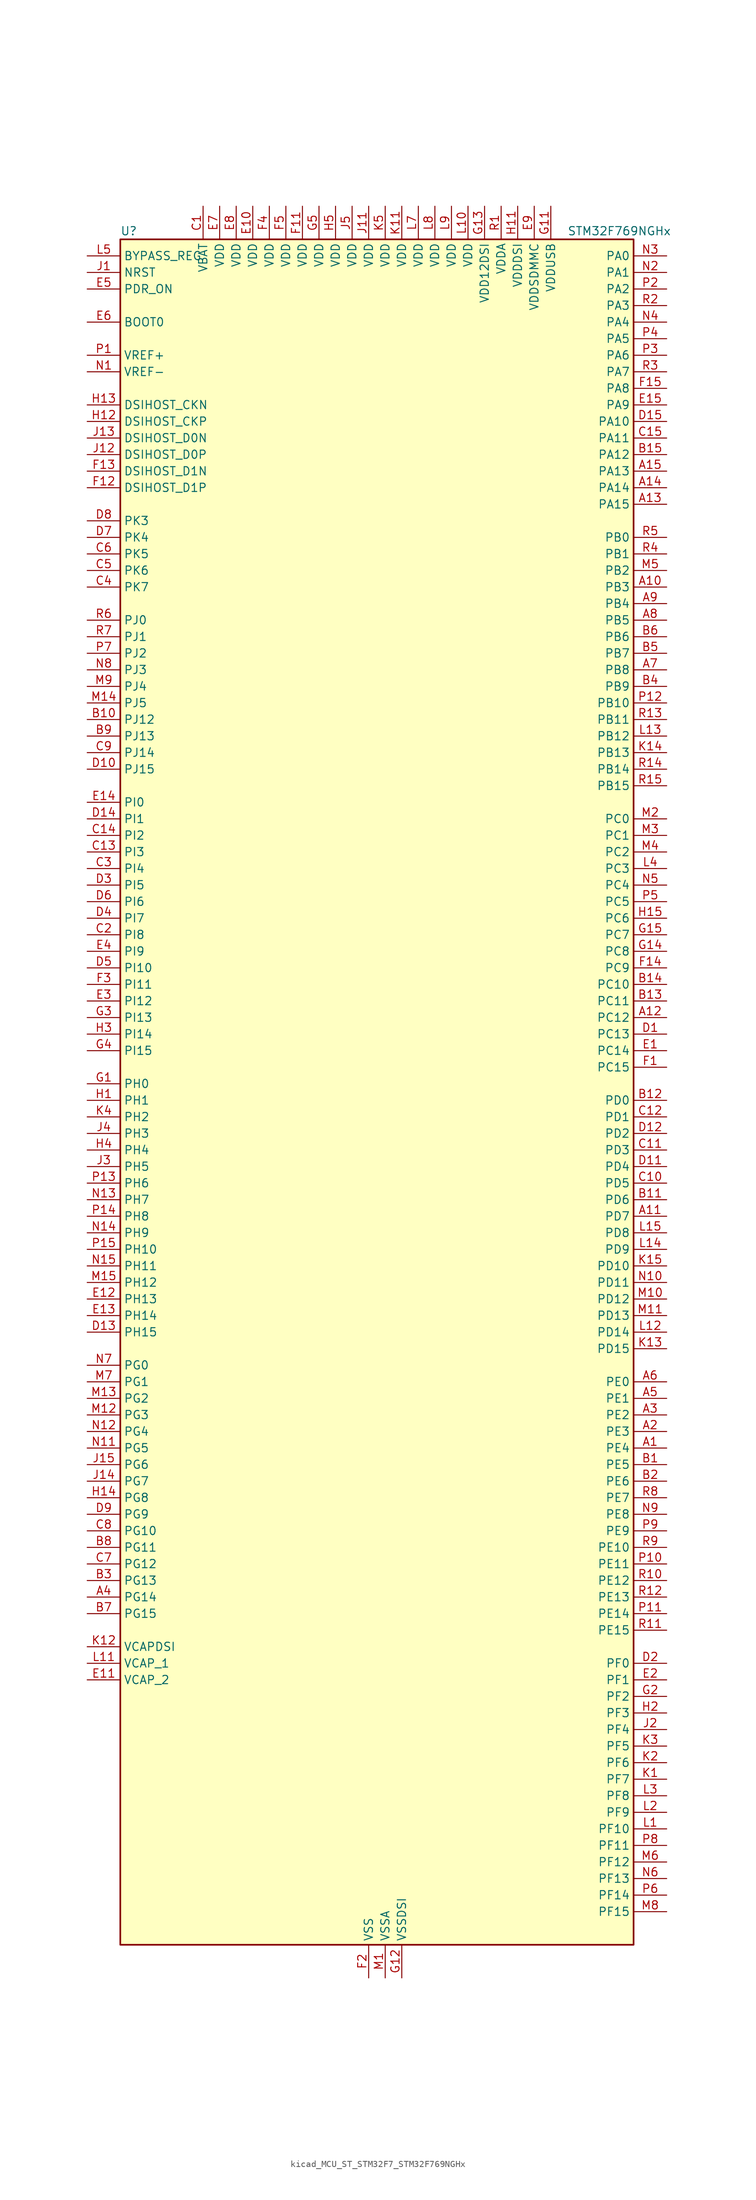
<source format=kicad_sym>
(kicad_symbol_lib
  (version 20220914)
  (generator kicad_symbol_editor)
  (symbol "kicad_MCU_ST_STM32F7_STM32F769NGHx"
    (property "Reference" "U"
      (at -38.1 133.35 0)
      (effects (font (size 1.27 1.27)) (justify left)))
    (property "Value" "STM32F769NGHx"
      (at 30.48 133.35 0)
      (effects (font (size 1.27 1.27)) (justify left)))
    (property "ki_locked" ""
      (at 0 0 0)
      (effects (font (size 1.27 1.27))))
    (symbol "kicad_MCU_ST_STM32F7_STM32F769NGHx_0_1"
      (rectangle (start -38.1 -129.54) (end 40.64 132.08) (stroke (width 0.254) (type default)) (fill (type background))))
    (symbol "kicad_MCU_ST_STM32F7_STM32F769NGHx_1_1"
      (pin bidirectional line (at 45.72 -53.34 180) (length 5.08) (name "PE4" (effects (font (size 1.27 1.27)))) (number "A1" (effects (font (size 1.27 1.27)))) (alternate "DCMI_D4" bidirectional line) (alternate "DFSDM1_DATIN3" bidirectional line) (alternate "FMC_A20" bidirectional line) (alternate "LTDC_B0" bidirectional line) (alternate "SAI1_FS_A" bidirectional line) (alternate "SPI4_NSS" bidirectional line) (alternate "SYS_TRACED1" bidirectional line))
      (pin bidirectional line (at 45.72 78.74 180) (length 5.08) (name "PB3" (effects (font (size 1.27 1.27)))) (number "A10" (effects (font (size 1.27 1.27)))) (alternate "CAN3_RX" bidirectional line) (alternate "I2S1_CK" bidirectional line) (alternate "I2S3_CK" bidirectional line) (alternate "SDMMC2_D2" bidirectional line) (alternate "SPI1_SCK" bidirectional line) (alternate "SPI3_SCK" bidirectional line) (alternate "SPI6_SCK" bidirectional line) (alternate "SYS_JTDO-SWO" bidirectional line) (alternate "TIM2_CH2" bidirectional line) (alternate "UART7_RX" bidirectional line))
      (pin bidirectional line (at 45.72 -17.78 180) (length 5.08) (name "PD7" (effects (font (size 1.27 1.27)))) (number "A11" (effects (font (size 1.27 1.27)))) (alternate "DFSDM1_CKIN1" bidirectional line) (alternate "DFSDM1_DATIN4" bidirectional line) (alternate "FMC_NE1" bidirectional line) (alternate "I2S1_SD" bidirectional line) (alternate "SDMMC2_CMD" bidirectional line) (alternate "SPDIFRX_IN0" bidirectional line) (alternate "SPI1_MOSI" bidirectional line) (alternate "USART2_CK" bidirectional line))
      (pin bidirectional line (at 45.72 12.7 180) (length 5.08) (name "PC12" (effects (font (size 1.27 1.27)))) (number "A12" (effects (font (size 1.27 1.27)))) (alternate "DCMI_D9" bidirectional line) (alternate "I2S3_SD" bidirectional line) (alternate "SDMMC1_CK" bidirectional line) (alternate "SPI3_MOSI" bidirectional line) (alternate "SYS_TRACED3" bidirectional line) (alternate "UART5_TX" bidirectional line) (alternate "USART3_CK" bidirectional line))
      (pin bidirectional line (at 45.72 91.44 180) (length 5.08) (name "PA15" (effects (font (size 1.27 1.27)))) (number "A13" (effects (font (size 1.27 1.27)))) (alternate "CAN3_TX" bidirectional line) (alternate "CEC" bidirectional line) (alternate "I2S1_WS" bidirectional line) (alternate "I2S3_WS" bidirectional line) (alternate "SPI1_NSS" bidirectional line) (alternate "SPI3_NSS" bidirectional line) (alternate "SPI6_NSS" bidirectional line) (alternate "SYS_JTDI" bidirectional line) (alternate "TIM2_CH1" bidirectional line) (alternate "TIM2_ETR" bidirectional line) (alternate "UART4_DE" bidirectional line) (alternate "UART4_RTS" bidirectional line) (alternate "UART7_TX" bidirectional line))
      (pin bidirectional line (at 45.72 93.98 180) (length 5.08) (name "PA14" (effects (font (size 1.27 1.27)))) (number "A14" (effects (font (size 1.27 1.27)))) (alternate "SYS_JTCK-SWCLK" bidirectional line))
      (pin bidirectional line (at 45.72 96.52 180) (length 5.08) (name "PA13" (effects (font (size 1.27 1.27)))) (number "A15" (effects (font (size 1.27 1.27)))) (alternate "SYS_JTMS-SWDIO" bidirectional line))
      (pin bidirectional line (at 45.72 -50.8 180) (length 5.08) (name "PE3" (effects (font (size 1.27 1.27)))) (number "A2" (effects (font (size 1.27 1.27)))) (alternate "FMC_A19" bidirectional line) (alternate "SAI1_SD_B" bidirectional line) (alternate "SYS_TRACED0" bidirectional line))
      (pin bidirectional line (at 45.72 -48.26 180) (length 5.08) (name "PE2" (effects (font (size 1.27 1.27)))) (number "A3" (effects (font (size 1.27 1.27)))) (alternate "ETH_TXD3" bidirectional line) (alternate "FMC_A23" bidirectional line) (alternate "QUADSPI_BK1_IO2" bidirectional line) (alternate "SAI1_MCLK_A" bidirectional line) (alternate "SPI4_SCK" bidirectional line) (alternate "SYS_TRACECLK" bidirectional line))
      (pin bidirectional line (at -43.18 -76.2 0) (length 5.08) (name "PG14" (effects (font (size 1.27 1.27)))) (number "A4" (effects (font (size 1.27 1.27)))) (alternate "ETH_TXD1" bidirectional line) (alternate "FMC_A25" bidirectional line) (alternate "LPTIM1_ETR" bidirectional line) (alternate "LTDC_B0" bidirectional line) (alternate "QUADSPI_BK2_IO3" bidirectional line) (alternate "SPI6_MOSI" bidirectional line) (alternate "SYS_TRACED1" bidirectional line) (alternate "USART6_TX" bidirectional line))
      (pin bidirectional line (at 45.72 -45.72 180) (length 5.08) (name "PE1" (effects (font (size 1.27 1.27)))) (number "A5" (effects (font (size 1.27 1.27)))) (alternate "DCMI_D3" bidirectional line) (alternate "FMC_NBL1" bidirectional line) (alternate "LPTIM1_IN2" bidirectional line) (alternate "UART8_TX" bidirectional line))
      (pin bidirectional line (at 45.72 -43.18 180) (length 5.08) (name "PE0" (effects (font (size 1.27 1.27)))) (number "A6" (effects (font (size 1.27 1.27)))) (alternate "DCMI_D2" bidirectional line) (alternate "FMC_NBL0" bidirectional line) (alternate "LPTIM1_ETR" bidirectional line) (alternate "SAI2_MCLK_A" bidirectional line) (alternate "TIM4_ETR" bidirectional line) (alternate "UART8_RX" bidirectional line))
      (pin bidirectional line (at 45.72 66.04 180) (length 5.08) (name "PB8" (effects (font (size 1.27 1.27)))) (number "A7" (effects (font (size 1.27 1.27)))) (alternate "CAN1_RX" bidirectional line) (alternate "DCMI_D6" bidirectional line) (alternate "DFSDM1_CKIN7" bidirectional line) (alternate "ETH_TXD3" bidirectional line) (alternate "I2C1_SCL" bidirectional line) (alternate "I2C4_SCL" bidirectional line) (alternate "LTDC_B6" bidirectional line) (alternate "SDMMC1_D4" bidirectional line) (alternate "SDMMC2_D4" bidirectional line) (alternate "TIM10_CH1" bidirectional line) (alternate "TIM4_CH3" bidirectional line) (alternate "UART5_RX" bidirectional line))
      (pin bidirectional line (at 45.72 73.66 180) (length 5.08) (name "PB5" (effects (font (size 1.27 1.27)))) (number "A8" (effects (font (size 1.27 1.27)))) (alternate "CAN2_RX" bidirectional line) (alternate "DCMI_D10" bidirectional line) (alternate "ETH_PPS_OUT" bidirectional line) (alternate "FMC_SDCKE1" bidirectional line) (alternate "I2C1_SMBA" bidirectional line) (alternate "I2S1_SD" bidirectional line) (alternate "I2S3_SD" bidirectional line) (alternate "LTDC_G7" bidirectional line) (alternate "SPI1_MOSI" bidirectional line) (alternate "SPI3_MOSI" bidirectional line) (alternate "SPI6_MOSI" bidirectional line) (alternate "TIM3_CH2" bidirectional line) (alternate "UART5_RX" bidirectional line) (alternate "USB_OTG_HS_ULPI_D7" bidirectional line))
      (pin bidirectional line (at 45.72 76.2 180) (length 5.08) (name "PB4" (effects (font (size 1.27 1.27)))) (number "A9" (effects (font (size 1.27 1.27)))) (alternate "CAN3_TX" bidirectional line) (alternate "I2S2_WS" bidirectional line) (alternate "SDMMC2_D3" bidirectional line) (alternate "SPI1_MISO" bidirectional line) (alternate "SPI2_NSS" bidirectional line) (alternate "SPI3_MISO" bidirectional line) (alternate "SPI6_MISO" bidirectional line) (alternate "SYS_JTRST" bidirectional line) (alternate "TIM3_CH1" bidirectional line) (alternate "UART7_TX" bidirectional line))
      (pin bidirectional line (at 45.72 -55.88 180) (length 5.08) (name "PE5" (effects (font (size 1.27 1.27)))) (number "B1" (effects (font (size 1.27 1.27)))) (alternate "DCMI_D6" bidirectional line) (alternate "DFSDM1_CKIN3" bidirectional line) (alternate "FMC_A21" bidirectional line) (alternate "LTDC_G0" bidirectional line) (alternate "SAI1_SCK_A" bidirectional line) (alternate "SPI4_MISO" bidirectional line) (alternate "SYS_TRACED2" bidirectional line) (alternate "TIM9_CH1" bidirectional line))
      (pin bidirectional line (at -43.18 58.42 0) (length 5.08) (name "PJ12" (effects (font (size 1.27 1.27)))) (number "B10" (effects (font (size 1.27 1.27)))) (alternate "LTDC_B0" bidirectional line) (alternate "LTDC_G3" bidirectional line))
      (pin bidirectional line (at 45.72 -15.24 180) (length 5.08) (name "PD6" (effects (font (size 1.27 1.27)))) (number "B11" (effects (font (size 1.27 1.27)))) (alternate "DCMI_D10" bidirectional line) (alternate "DFSDM1_CKIN4" bidirectional line) (alternate "DFSDM1_DATIN1" bidirectional line) (alternate "FMC_NWAIT" bidirectional line) (alternate "I2S3_SD" bidirectional line) (alternate "LTDC_B2" bidirectional line) (alternate "SAI1_SD_A" bidirectional line) (alternate "SDMMC2_CK" bidirectional line) (alternate "SPI3_MOSI" bidirectional line) (alternate "USART2_RX" bidirectional line))
      (pin bidirectional line (at 45.72 0 180) (length 5.08) (name "PD0" (effects (font (size 1.27 1.27)))) (number "B12" (effects (font (size 1.27 1.27)))) (alternate "CAN1_RX" bidirectional line) (alternate "DFSDM1_CKIN6" bidirectional line) (alternate "DFSDM1_DATIN7" bidirectional line) (alternate "FMC_D2" bidirectional line) (alternate "FMC_DA2" bidirectional line) (alternate "UART4_RX" bidirectional line))
      (pin bidirectional line (at 45.72 15.24 180) (length 5.08) (name "PC11" (effects (font (size 1.27 1.27)))) (number "B13" (effects (font (size 1.27 1.27)))) (alternate "ADC1_EXTI11" bidirectional line) (alternate "ADC2_EXTI11" bidirectional line) (alternate "ADC3_EXTI11" bidirectional line) (alternate "DCMI_D4" bidirectional line) (alternate "DFSDM1_DATIN5" bidirectional line) (alternate "QUADSPI_BK2_NCS" bidirectional line) (alternate "SDMMC1_D3" bidirectional line) (alternate "SPI3_MISO" bidirectional line) (alternate "UART4_RX" bidirectional line) (alternate "USART3_RX" bidirectional line))
      (pin bidirectional line (at 45.72 17.78 180) (length 5.08) (name "PC10" (effects (font (size 1.27 1.27)))) (number "B14" (effects (font (size 1.27 1.27)))) (alternate "DCMI_D8" bidirectional line) (alternate "DFSDM1_CKIN5" bidirectional line) (alternate "I2S3_CK" bidirectional line) (alternate "LTDC_R2" bidirectional line) (alternate "QUADSPI_BK1_IO1" bidirectional line) (alternate "SDMMC1_D2" bidirectional line) (alternate "SPI3_SCK" bidirectional line) (alternate "UART4_TX" bidirectional line) (alternate "USART3_TX" bidirectional line))
      (pin bidirectional line (at 45.72 99.06 180) (length 5.08) (name "PA12" (effects (font (size 1.27 1.27)))) (number "B15" (effects (font (size 1.27 1.27)))) (alternate "CAN1_TX" bidirectional line) (alternate "I2S2_CK" bidirectional line) (alternate "LTDC_R5" bidirectional line) (alternate "SAI2_FS_B" bidirectional line) (alternate "SPI2_SCK" bidirectional line) (alternate "TIM1_ETR" bidirectional line) (alternate "UART4_TX" bidirectional line) (alternate "USART1_DE" bidirectional line) (alternate "USART1_RTS" bidirectional line) (alternate "USB_OTG_FS_DP" bidirectional line))
      (pin bidirectional line (at 45.72 -58.42 180) (length 5.08) (name "PE6" (effects (font (size 1.27 1.27)))) (number "B2" (effects (font (size 1.27 1.27)))) (alternate "DCMI_D7" bidirectional line) (alternate "FMC_A22" bidirectional line) (alternate "LTDC_G1" bidirectional line) (alternate "SAI1_SD_A" bidirectional line) (alternate "SAI2_MCLK_B" bidirectional line) (alternate "SPI4_MOSI" bidirectional line) (alternate "SYS_TRACED3" bidirectional line) (alternate "TIM1_BKIN2" bidirectional line) (alternate "TIM9_CH2" bidirectional line))
      (pin bidirectional line (at -43.18 -73.66 0) (length 5.08) (name "PG13" (effects (font (size 1.27 1.27)))) (number "B3" (effects (font (size 1.27 1.27)))) (alternate "ETH_TXD0" bidirectional line) (alternate "FMC_A24" bidirectional line) (alternate "LPTIM1_OUT" bidirectional line) (alternate "LTDC_R0" bidirectional line) (alternate "SPI6_SCK" bidirectional line) (alternate "SYS_TRACED0" bidirectional line) (alternate "USART6_CTS" bidirectional line))
      (pin bidirectional line (at 45.72 63.5 180) (length 5.08) (name "PB9" (effects (font (size 1.27 1.27)))) (number "B4" (effects (font (size 1.27 1.27)))) (alternate "CAN1_TX" bidirectional line) (alternate "DAC_EXTI9" bidirectional line) (alternate "DCMI_D7" bidirectional line) (alternate "DFSDM1_DATIN7" bidirectional line) (alternate "I2C1_SDA" bidirectional line) (alternate "I2C4_SDA" bidirectional line) (alternate "I2C4_SMBA" bidirectional line) (alternate "I2S2_WS" bidirectional line) (alternate "LTDC_B7" bidirectional line) (alternate "SDMMC1_D5" bidirectional line) (alternate "SDMMC2_D5" bidirectional line) (alternate "SPI2_NSS" bidirectional line) (alternate "TIM11_CH1" bidirectional line) (alternate "TIM4_CH4" bidirectional line) (alternate "UART5_TX" bidirectional line))
      (pin bidirectional line (at 45.72 68.58 180) (length 5.08) (name "PB7" (effects (font (size 1.27 1.27)))) (number "B5" (effects (font (size 1.27 1.27)))) (alternate "DCMI_VSYNC" bidirectional line) (alternate "DFSDM1_CKIN5" bidirectional line) (alternate "FMC_NL" bidirectional line) (alternate "I2C1_SDA" bidirectional line) (alternate "I2C4_SDA" bidirectional line) (alternate "TIM4_CH2" bidirectional line) (alternate "USART1_RX" bidirectional line))
      (pin bidirectional line (at 45.72 71.12 180) (length 5.08) (name "PB6" (effects (font (size 1.27 1.27)))) (number "B6" (effects (font (size 1.27 1.27)))) (alternate "CAN2_TX" bidirectional line) (alternate "CEC" bidirectional line) (alternate "DCMI_D5" bidirectional line) (alternate "DFSDM1_DATIN5" bidirectional line) (alternate "FMC_SDNE1" bidirectional line) (alternate "I2C1_SCL" bidirectional line) (alternate "I2C4_SCL" bidirectional line) (alternate "QUADSPI_BK1_NCS" bidirectional line) (alternate "TIM4_CH1" bidirectional line) (alternate "UART5_TX" bidirectional line) (alternate "USART1_TX" bidirectional line))
      (pin bidirectional line (at -43.18 -78.74 0) (length 5.08) (name "PG15" (effects (font (size 1.27 1.27)))) (number "B7" (effects (font (size 1.27 1.27)))) (alternate "DCMI_D13" bidirectional line) (alternate "FMC_SDNCAS" bidirectional line) (alternate "USART6_CTS" bidirectional line))
      (pin bidirectional line (at -43.18 -68.58 0) (length 5.08) (name "PG11" (effects (font (size 1.27 1.27)))) (number "B8" (effects (font (size 1.27 1.27)))) (alternate "ADC1_EXTI11" bidirectional line) (alternate "ADC2_EXTI11" bidirectional line) (alternate "ADC3_EXTI11" bidirectional line) (alternate "DCMI_D3" bidirectional line) (alternate "ETH_TX_EN" bidirectional line) (alternate "I2S1_CK" bidirectional line) (alternate "LTDC_B3" bidirectional line) (alternate "SDMMC2_D2" bidirectional line) (alternate "SPDIFRX_IN0" bidirectional line) (alternate "SPI1_SCK" bidirectional line))
      (pin bidirectional line (at -43.18 55.88 0) (length 5.08) (name "PJ13" (effects (font (size 1.27 1.27)))) (number "B9" (effects (font (size 1.27 1.27)))) (alternate "LTDC_B1" bidirectional line) (alternate "LTDC_G4" bidirectional line))
      (pin power_in line (at -25.4 137.16 270) (length 5.08) (name "VBAT" (effects (font (size 1.27 1.27)))) (number "C1" (effects (font (size 1.27 1.27)))))
      (pin bidirectional line (at 45.72 -12.7 180) (length 5.08) (name "PD5" (effects (font (size 1.27 1.27)))) (number "C10" (effects (font (size 1.27 1.27)))) (alternate "FMC_NWE" bidirectional line) (alternate "USART2_TX" bidirectional line))
      (pin bidirectional line (at 45.72 -7.62 180) (length 5.08) (name "PD3" (effects (font (size 1.27 1.27)))) (number "C11" (effects (font (size 1.27 1.27)))) (alternate "DCMI_D5" bidirectional line) (alternate "DFSDM1_CKOUT" bidirectional line) (alternate "DFSDM1_DATIN0" bidirectional line) (alternate "FMC_CLK" bidirectional line) (alternate "I2S2_CK" bidirectional line) (alternate "LTDC_G7" bidirectional line) (alternate "SPI2_SCK" bidirectional line) (alternate "USART2_CTS" bidirectional line))
      (pin bidirectional line (at 45.72 -2.54 180) (length 5.08) (name "PD1" (effects (font (size 1.27 1.27)))) (number "C12" (effects (font (size 1.27 1.27)))) (alternate "CAN1_TX" bidirectional line) (alternate "DFSDM1_CKIN7" bidirectional line) (alternate "DFSDM1_DATIN6" bidirectional line) (alternate "FMC_D3" bidirectional line) (alternate "FMC_DA3" bidirectional line) (alternate "UART4_TX" bidirectional line))
      (pin bidirectional line (at -43.18 38.1 0) (length 5.08) (name "PI3" (effects (font (size 1.27 1.27)))) (number "C13" (effects (font (size 1.27 1.27)))) (alternate "DCMI_D10" bidirectional line) (alternate "FMC_D27" bidirectional line) (alternate "I2S2_SD" bidirectional line) (alternate "SPI2_MOSI" bidirectional line) (alternate "TIM8_ETR" bidirectional line))
      (pin bidirectional line (at -43.18 40.64 0) (length 5.08) (name "PI2" (effects (font (size 1.27 1.27)))) (number "C14" (effects (font (size 1.27 1.27)))) (alternate "DCMI_D9" bidirectional line) (alternate "FMC_D26" bidirectional line) (alternate "LTDC_G7" bidirectional line) (alternate "SPI2_MISO" bidirectional line) (alternate "TIM8_CH4" bidirectional line))
      (pin bidirectional line (at 45.72 101.6 180) (length 5.08) (name "PA11" (effects (font (size 1.27 1.27)))) (number "C15" (effects (font (size 1.27 1.27)))) (alternate "ADC1_EXTI11" bidirectional line) (alternate "ADC2_EXTI11" bidirectional line) (alternate "ADC3_EXTI11" bidirectional line) (alternate "CAN1_RX" bidirectional line) (alternate "I2S2_WS" bidirectional line) (alternate "LTDC_R4" bidirectional line) (alternate "SPI2_NSS" bidirectional line) (alternate "TIM1_CH4" bidirectional line) (alternate "UART4_RX" bidirectional line) (alternate "USART1_CTS" bidirectional line) (alternate "USB_OTG_FS_DM" bidirectional line))
      (pin bidirectional line (at -43.18 25.4 0) (length 5.08) (name "PI8" (effects (font (size 1.27 1.27)))) (number "C2" (effects (font (size 1.27 1.27)))) (alternate "RTC_TAMP2" bidirectional line) (alternate "RTC_TS" bidirectional line) (alternate "SYS_WKUP5" bidirectional line))
      (pin bidirectional line (at -43.18 35.56 0) (length 5.08) (name "PI4" (effects (font (size 1.27 1.27)))) (number "C3" (effects (font (size 1.27 1.27)))) (alternate "DCMI_D5" bidirectional line) (alternate "FMC_NBL2" bidirectional line) (alternate "LTDC_B4" bidirectional line) (alternate "SAI2_MCLK_A" bidirectional line) (alternate "TIM8_BKIN" bidirectional line))
      (pin bidirectional line (at -43.18 78.74 0) (length 5.08) (name "PK7" (effects (font (size 1.27 1.27)))) (number "C4" (effects (font (size 1.27 1.27)))) (alternate "LTDC_DE" bidirectional line))
      (pin bidirectional line (at -43.18 81.28 0) (length 5.08) (name "PK6" (effects (font (size 1.27 1.27)))) (number "C5" (effects (font (size 1.27 1.27)))) (alternate "LTDC_B7" bidirectional line))
      (pin bidirectional line (at -43.18 83.82 0) (length 5.08) (name "PK5" (effects (font (size 1.27 1.27)))) (number "C6" (effects (font (size 1.27 1.27)))) (alternate "LTDC_B6" bidirectional line))
      (pin bidirectional line (at -43.18 -71.12 0) (length 5.08) (name "PG12" (effects (font (size 1.27 1.27)))) (number "C7" (effects (font (size 1.27 1.27)))) (alternate "FMC_NE4" bidirectional line) (alternate "LPTIM1_IN1" bidirectional line) (alternate "LTDC_B1" bidirectional line) (alternate "LTDC_B4" bidirectional line) (alternate "SDMMC2_D3" bidirectional line) (alternate "SPDIFRX_IN1" bidirectional line) (alternate "SPI6_MISO" bidirectional line) (alternate "USART6_DE" bidirectional line) (alternate "USART6_RTS" bidirectional line))
      (pin bidirectional line (at -43.18 -66.04 0) (length 5.08) (name "PG10" (effects (font (size 1.27 1.27)))) (number "C8" (effects (font (size 1.27 1.27)))) (alternate "DCMI_D2" bidirectional line) (alternate "FMC_NE3" bidirectional line) (alternate "I2S1_WS" bidirectional line) (alternate "LTDC_B2" bidirectional line) (alternate "LTDC_G3" bidirectional line) (alternate "SAI2_SD_B" bidirectional line) (alternate "SDMMC2_D1" bidirectional line) (alternate "SPI1_NSS" bidirectional line))
      (pin bidirectional line (at -43.18 53.34 0) (length 5.08) (name "PJ14" (effects (font (size 1.27 1.27)))) (number "C9" (effects (font (size 1.27 1.27)))) (alternate "LTDC_B2" bidirectional line))
      (pin bidirectional line (at 45.72 10.16 180) (length 5.08) (name "PC13" (effects (font (size 1.27 1.27)))) (number "D1" (effects (font (size 1.27 1.27)))) (alternate "RTC_OUT" bidirectional line) (alternate "RTC_TAMP1" bidirectional line) (alternate "RTC_TS" bidirectional line) (alternate "SYS_WKUP4" bidirectional line))
      (pin bidirectional line (at -43.18 50.8 0) (length 5.08) (name "PJ15" (effects (font (size 1.27 1.27)))) (number "D10" (effects (font (size 1.27 1.27)))) (alternate "LTDC_B3" bidirectional line))
      (pin bidirectional line (at 45.72 -10.16 180) (length 5.08) (name "PD4" (effects (font (size 1.27 1.27)))) (number "D11" (effects (font (size 1.27 1.27)))) (alternate "DFSDM1_CKIN0" bidirectional line) (alternate "FMC_NOE" bidirectional line) (alternate "USART2_DE" bidirectional line) (alternate "USART2_RTS" bidirectional line))
      (pin bidirectional line (at 45.72 -5.08 180) (length 5.08) (name "PD2" (effects (font (size 1.27 1.27)))) (number "D12" (effects (font (size 1.27 1.27)))) (alternate "DCMI_D11" bidirectional line) (alternate "SDMMC1_CMD" bidirectional line) (alternate "SYS_TRACED2" bidirectional line) (alternate "TIM3_ETR" bidirectional line) (alternate "UART5_RX" bidirectional line))
      (pin bidirectional line (at -43.18 -35.56 0) (length 5.08) (name "PH15" (effects (font (size 1.27 1.27)))) (number "D13" (effects (font (size 1.27 1.27)))) (alternate "DCMI_D11" bidirectional line) (alternate "FMC_D23" bidirectional line) (alternate "LTDC_G4" bidirectional line) (alternate "TIM8_CH3N" bidirectional line))
      (pin bidirectional line (at -43.18 43.18 0) (length 5.08) (name "PI1" (effects (font (size 1.27 1.27)))) (number "D14" (effects (font (size 1.27 1.27)))) (alternate "DCMI_D8" bidirectional line) (alternate "FMC_D25" bidirectional line) (alternate "I2S2_CK" bidirectional line) (alternate "LTDC_G6" bidirectional line) (alternate "SPI2_SCK" bidirectional line) (alternate "TIM8_BKIN2" bidirectional line))
      (pin bidirectional line (at 45.72 104.14 180) (length 5.08) (name "PA10" (effects (font (size 1.27 1.27)))) (number "D15" (effects (font (size 1.27 1.27)))) (alternate "DCMI_D1" bidirectional line) (alternate "LTDC_B1" bidirectional line) (alternate "LTDC_B4" bidirectional line) (alternate "MDIOS_MDIO" bidirectional line) (alternate "TIM1_CH3" bidirectional line) (alternate "USART1_RX" bidirectional line) (alternate "USB_OTG_FS_ID" bidirectional line))
      (pin bidirectional line (at 45.72 -86.36 180) (length 5.08) (name "PF0" (effects (font (size 1.27 1.27)))) (number "D2" (effects (font (size 1.27 1.27)))) (alternate "FMC_A0" bidirectional line) (alternate "I2C2_SDA" bidirectional line))
      (pin bidirectional line (at -43.18 33.02 0) (length 5.08) (name "PI5" (effects (font (size 1.27 1.27)))) (number "D3" (effects (font (size 1.27 1.27)))) (alternate "DCMI_VSYNC" bidirectional line) (alternate "FMC_NBL3" bidirectional line) (alternate "LTDC_B5" bidirectional line) (alternate "SAI2_SCK_A" bidirectional line) (alternate "TIM8_CH1" bidirectional line))
      (pin bidirectional line (at -43.18 27.94 0) (length 5.08) (name "PI7" (effects (font (size 1.27 1.27)))) (number "D4" (effects (font (size 1.27 1.27)))) (alternate "DCMI_D7" bidirectional line) (alternate "FMC_D29" bidirectional line) (alternate "LTDC_B7" bidirectional line) (alternate "SAI2_FS_A" bidirectional line) (alternate "TIM8_CH3" bidirectional line))
      (pin bidirectional line (at -43.18 20.32 0) (length 5.08) (name "PI10" (effects (font (size 1.27 1.27)))) (number "D5" (effects (font (size 1.27 1.27)))) (alternate "ETH_RX_ER" bidirectional line) (alternate "FMC_D31" bidirectional line) (alternate "LTDC_HSYNC" bidirectional line))
      (pin bidirectional line (at -43.18 30.48 0) (length 5.08) (name "PI6" (effects (font (size 1.27 1.27)))) (number "D6" (effects (font (size 1.27 1.27)))) (alternate "DCMI_D6" bidirectional line) (alternate "FMC_D28" bidirectional line) (alternate "LTDC_B6" bidirectional line) (alternate "SAI2_SD_A" bidirectional line) (alternate "TIM8_CH2" bidirectional line))
      (pin bidirectional line (at -43.18 86.36 0) (length 5.08) (name "PK4" (effects (font (size 1.27 1.27)))) (number "D7" (effects (font (size 1.27 1.27)))) (alternate "LTDC_B5" bidirectional line))
      (pin bidirectional line (at -43.18 88.9 0) (length 5.08) (name "PK3" (effects (font (size 1.27 1.27)))) (number "D8" (effects (font (size 1.27 1.27)))) (alternate "LTDC_B4" bidirectional line))
      (pin bidirectional line (at -43.18 -63.5 0) (length 5.08) (name "PG9" (effects (font (size 1.27 1.27)))) (number "D9" (effects (font (size 1.27 1.27)))) (alternate "DAC_EXTI9" bidirectional line) (alternate "DCMI_VSYNC" bidirectional line) (alternate "FMC_NCE" bidirectional line) (alternate "FMC_NE2" bidirectional line) (alternate "QUADSPI_BK2_IO2" bidirectional line) (alternate "SAI2_FS_B" bidirectional line) (alternate "SDMMC2_D0" bidirectional line) (alternate "SPDIFRX_IN3" bidirectional line) (alternate "SPI1_MISO" bidirectional line) (alternate "USART6_RX" bidirectional line))
      (pin bidirectional line (at 45.72 7.62 180) (length 5.08) (name "PC14" (effects (font (size 1.27 1.27)))) (number "E1" (effects (font (size 1.27 1.27)))) (alternate "RCC_OSC32_IN" bidirectional line))
      (pin power_in line (at -17.78 137.16 270) (length 5.08) (name "VDD" (effects (font (size 1.27 1.27)))) (number "E10" (effects (font (size 1.27 1.27)))))
      (pin power_out line (at -43.18 -88.9 0) (length 5.08) (name "VCAP_2" (effects (font (size 1.27 1.27)))) (number "E11" (effects (font (size 1.27 1.27)))))
      (pin bidirectional line (at -43.18 -30.48 0) (length 5.08) (name "PH13" (effects (font (size 1.27 1.27)))) (number "E12" (effects (font (size 1.27 1.27)))) (alternate "CAN1_TX" bidirectional line) (alternate "FMC_D21" bidirectional line) (alternate "LTDC_G2" bidirectional line) (alternate "TIM8_CH1N" bidirectional line) (alternate "UART4_TX" bidirectional line))
      (pin bidirectional line (at -43.18 -33.02 0) (length 5.08) (name "PH14" (effects (font (size 1.27 1.27)))) (number "E13" (effects (font (size 1.27 1.27)))) (alternate "CAN1_RX" bidirectional line) (alternate "DCMI_D4" bidirectional line) (alternate "FMC_D22" bidirectional line) (alternate "LTDC_G3" bidirectional line) (alternate "TIM8_CH2N" bidirectional line) (alternate "UART4_RX" bidirectional line))
      (pin bidirectional line (at -43.18 45.72 0) (length 5.08) (name "PI0" (effects (font (size 1.27 1.27)))) (number "E14" (effects (font (size 1.27 1.27)))) (alternate "DCMI_D13" bidirectional line) (alternate "FMC_D24" bidirectional line) (alternate "I2S2_WS" bidirectional line) (alternate "LTDC_G5" bidirectional line) (alternate "SPI2_NSS" bidirectional line) (alternate "TIM5_CH4" bidirectional line))
      (pin bidirectional line (at 45.72 106.68 180) (length 5.08) (name "PA9" (effects (font (size 1.27 1.27)))) (number "E15" (effects (font (size 1.27 1.27)))) (alternate "DAC_EXTI9" bidirectional line) (alternate "DCMI_D0" bidirectional line) (alternate "I2C3_SMBA" bidirectional line) (alternate "I2S2_CK" bidirectional line) (alternate "LTDC_R5" bidirectional line) (alternate "SPI2_SCK" bidirectional line) (alternate "TIM1_CH2" bidirectional line) (alternate "USART1_TX" bidirectional line) (alternate "USB_OTG_FS_VBUS" bidirectional line))
      (pin bidirectional line (at 45.72 -88.9 180) (length 5.08) (name "PF1" (effects (font (size 1.27 1.27)))) (number "E2" (effects (font (size 1.27 1.27)))) (alternate "FMC_A1" bidirectional line) (alternate "I2C2_SCL" bidirectional line))
      (pin bidirectional line (at -43.18 15.24 0) (length 5.08) (name "PI12" (effects (font (size 1.27 1.27)))) (number "E3" (effects (font (size 1.27 1.27)))) (alternate "LTDC_HSYNC" bidirectional line))
      (pin bidirectional line (at -43.18 22.86 0) (length 5.08) (name "PI9" (effects (font (size 1.27 1.27)))) (number "E4" (effects (font (size 1.27 1.27)))) (alternate "CAN1_RX" bidirectional line) (alternate "DAC_EXTI9" bidirectional line) (alternate "FMC_D30" bidirectional line) (alternate "LTDC_VSYNC" bidirectional line) (alternate "UART4_RX" bidirectional line))
      (pin input line (at -43.18 124.46 0) (length 5.08) (name "PDR_ON" (effects (font (size 1.27 1.27)))) (number "E5" (effects (font (size 1.27 1.27)))))
      (pin input line (at -43.18 119.38 0) (length 5.08) (name "BOOT0" (effects (font (size 1.27 1.27)))) (number "E6" (effects (font (size 1.27 1.27)))))
      (pin power_in line (at -22.86 137.16 270) (length 5.08) (name "VDD" (effects (font (size 1.27 1.27)))) (number "E7" (effects (font (size 1.27 1.27)))))
      (pin power_in line (at -20.32 137.16 270) (length 5.08) (name "VDD" (effects (font (size 1.27 1.27)))) (number "E8" (effects (font (size 1.27 1.27)))))
      (pin power_in line (at 25.4 137.16 270) (length 5.08) (name "VDDSDMMC" (effects (font (size 1.27 1.27)))) (number "E9" (effects (font (size 1.27 1.27)))))
      (pin bidirectional line (at 45.72 5.08 180) (length 5.08) (name "PC15" (effects (font (size 1.27 1.27)))) (number "F1" (effects (font (size 1.27 1.27)))) (alternate "RCC_OSC32_OUT" bidirectional line))
      (pin passive line (at 0 -134.62 90) (length 5.08) hide (name "VSS" (effects (font (size 1.27 1.27)))) (number "F10" (effects (font (size 1.27 1.27)))))
      (pin power_in line (at -10.16 137.16 270) (length 5.08) (name "VDD" (effects (font (size 1.27 1.27)))) (number "F11" (effects (font (size 1.27 1.27)))))
      (pin bidirectional line (at -43.18 93.98 0) (length 5.08) (name "DSIHOST_D1P" (effects (font (size 1.27 1.27)))) (number "F12" (effects (font (size 1.27 1.27)))) (alternate "DSIHOST_D1P" bidirectional line))
      (pin bidirectional line (at -43.18 96.52 0) (length 5.08) (name "DSIHOST_D1N" (effects (font (size 1.27 1.27)))) (number "F13" (effects (font (size 1.27 1.27)))) (alternate "DSIHOST_D1N" bidirectional line))
      (pin bidirectional line (at 45.72 20.32 180) (length 5.08) (name "PC9" (effects (font (size 1.27 1.27)))) (number "F14" (effects (font (size 1.27 1.27)))) (alternate "DAC_EXTI9" bidirectional line) (alternate "DCMI_D3" bidirectional line) (alternate "I2C3_SDA" bidirectional line) (alternate "I2S_CKIN" bidirectional line) (alternate "LTDC_B2" bidirectional line) (alternate "LTDC_G3" bidirectional line) (alternate "QUADSPI_BK1_IO0" bidirectional line) (alternate "RCC_MCO_2" bidirectional line) (alternate "SDMMC1_D1" bidirectional line) (alternate "TIM3_CH4" bidirectional line) (alternate "TIM8_CH4" bidirectional line) (alternate "UART5_CTS" bidirectional line))
      (pin bidirectional line (at 45.72 109.22 180) (length 5.08) (name "PA8" (effects (font (size 1.27 1.27)))) (number "F15" (effects (font (size 1.27 1.27)))) (alternate "CAN3_RX" bidirectional line) (alternate "I2C3_SCL" bidirectional line) (alternate "LTDC_B3" bidirectional line) (alternate "LTDC_R6" bidirectional line) (alternate "RCC_MCO_1" bidirectional line) (alternate "TIM1_CH1" bidirectional line) (alternate "TIM8_BKIN2" bidirectional line) (alternate "UART7_RX" bidirectional line) (alternate "USART1_CK" bidirectional line) (alternate "USB_OTG_FS_SOF" bidirectional line))
      (pin power_in line (at 0 -134.62 90) (length 5.08) (name "VSS" (effects (font (size 1.27 1.27)))) (number "F2" (effects (font (size 1.27 1.27)))))
      (pin bidirectional line (at -43.18 17.78 0) (length 5.08) (name "PI11" (effects (font (size 1.27 1.27)))) (number "F3" (effects (font (size 1.27 1.27)))) (alternate "ADC1_EXTI11" bidirectional line) (alternate "ADC2_EXTI11" bidirectional line) (alternate "ADC3_EXTI11" bidirectional line) (alternate "LTDC_G6" bidirectional line) (alternate "SYS_WKUP6" bidirectional line) (alternate "USB_OTG_HS_ULPI_DIR" bidirectional line))
      (pin power_in line (at -15.24 137.16 270) (length 5.08) (name "VDD" (effects (font (size 1.27 1.27)))) (number "F4" (effects (font (size 1.27 1.27)))))
      (pin power_in line (at -12.7 137.16 270) (length 5.08) (name "VDD" (effects (font (size 1.27 1.27)))) (number "F5" (effects (font (size 1.27 1.27)))))
      (pin passive line (at 0 -134.62 90) (length 5.08) hide (name "VSS" (effects (font (size 1.27 1.27)))) (number "F6" (effects (font (size 1.27 1.27)))))
      (pin passive line (at 0 -134.62 90) (length 5.08) hide (name "VSS" (effects (font (size 1.27 1.27)))) (number "F7" (effects (font (size 1.27 1.27)))))
      (pin passive line (at 0 -134.62 90) (length 5.08) hide (name "VSS" (effects (font (size 1.27 1.27)))) (number "F8" (effects (font (size 1.27 1.27)))))
      (pin passive line (at 0 -134.62 90) (length 5.08) hide (name "VSS" (effects (font (size 1.27 1.27)))) (number "F9" (effects (font (size 1.27 1.27)))))
      (pin bidirectional line (at -43.18 2.54 0) (length 5.08) (name "PH0" (effects (font (size 1.27 1.27)))) (number "G1" (effects (font (size 1.27 1.27)))) (alternate "RCC_OSC_IN" bidirectional line))
      (pin passive line (at 0 -134.62 90) (length 5.08) hide (name "VSS" (effects (font (size 1.27 1.27)))) (number "G10" (effects (font (size 1.27 1.27)))))
      (pin power_in line (at 27.94 137.16 270) (length 5.08) (name "VDDUSB" (effects (font (size 1.27 1.27)))) (number "G11" (effects (font (size 1.27 1.27)))))
      (pin power_in line (at 5.08 -134.62 90) (length 5.08) (name "VSSDSI" (effects (font (size 1.27 1.27)))) (number "G12" (effects (font (size 1.27 1.27)))))
      (pin power_in line (at 17.78 137.16 270) (length 5.08) (name "VDD12DSI" (effects (font (size 1.27 1.27)))) (number "G13" (effects (font (size 1.27 1.27)))))
      (pin bidirectional line (at 45.72 22.86 180) (length 5.08) (name "PC8" (effects (font (size 1.27 1.27)))) (number "G14" (effects (font (size 1.27 1.27)))) (alternate "DCMI_D2" bidirectional line) (alternate "FMC_NCE" bidirectional line) (alternate "FMC_NE2" bidirectional line) (alternate "SDMMC1_D0" bidirectional line) (alternate "SYS_TRACED1" bidirectional line) (alternate "TIM3_CH3" bidirectional line) (alternate "TIM8_CH3" bidirectional line) (alternate "UART5_DE" bidirectional line) (alternate "UART5_RTS" bidirectional line) (alternate "USART6_CK" bidirectional line))
      (pin bidirectional line (at 45.72 25.4 180) (length 5.08) (name "PC7" (effects (font (size 1.27 1.27)))) (number "G15" (effects (font (size 1.27 1.27)))) (alternate "DCMI_D1" bidirectional line) (alternate "DFSDM1_DATIN3" bidirectional line) (alternate "FMC_NE1" bidirectional line) (alternate "I2S3_MCK" bidirectional line) (alternate "LTDC_G6" bidirectional line) (alternate "SDMMC1_D7" bidirectional line) (alternate "SDMMC2_D7" bidirectional line) (alternate "TIM3_CH2" bidirectional line) (alternate "TIM8_CH2" bidirectional line) (alternate "USART6_RX" bidirectional line))
      (pin bidirectional line (at 45.72 -91.44 180) (length 5.08) (name "PF2" (effects (font (size 1.27 1.27)))) (number "G2" (effects (font (size 1.27 1.27)))) (alternate "FMC_A2" bidirectional line) (alternate "I2C2_SMBA" bidirectional line))
      (pin bidirectional line (at -43.18 12.7 0) (length 5.08) (name "PI13" (effects (font (size 1.27 1.27)))) (number "G3" (effects (font (size 1.27 1.27)))) (alternate "LTDC_VSYNC" bidirectional line))
      (pin bidirectional line (at -43.18 7.62 0) (length 5.08) (name "PI15" (effects (font (size 1.27 1.27)))) (number "G4" (effects (font (size 1.27 1.27)))) (alternate "LTDC_G2" bidirectional line) (alternate "LTDC_R0" bidirectional line))
      (pin power_in line (at -7.62 137.16 270) (length 5.08) (name "VDD" (effects (font (size 1.27 1.27)))) (number "G5" (effects (font (size 1.27 1.27)))))
      (pin passive line (at 0 -134.62 90) (length 5.08) hide (name "VSS" (effects (font (size 1.27 1.27)))) (number "G6" (effects (font (size 1.27 1.27)))))
      (pin bidirectional line (at -43.18 0 0) (length 5.08) (name "PH1" (effects (font (size 1.27 1.27)))) (number "H1" (effects (font (size 1.27 1.27)))) (alternate "RCC_OSC_OUT" bidirectional line))
      (pin passive line (at 0 -134.62 90) (length 5.08) hide (name "VSS" (effects (font (size 1.27 1.27)))) (number "H10" (effects (font (size 1.27 1.27)))))
      (pin power_in line (at 22.86 137.16 270) (length 5.08) (name "VDDDSI" (effects (font (size 1.27 1.27)))) (number "H11" (effects (font (size 1.27 1.27)))))
      (pin bidirectional line (at -43.18 104.14 0) (length 5.08) (name "DSIHOST_CKP" (effects (font (size 1.27 1.27)))) (number "H12" (effects (font (size 1.27 1.27)))) (alternate "DSIHOST_CKP" bidirectional line))
      (pin bidirectional line (at -43.18 106.68 0) (length 5.08) (name "DSIHOST_CKN" (effects (font (size 1.27 1.27)))) (number "H13" (effects (font (size 1.27 1.27)))) (alternate "DSIHOST_CKN" bidirectional line))
      (pin bidirectional line (at -43.18 -60.96 0) (length 5.08) (name "PG8" (effects (font (size 1.27 1.27)))) (number "H14" (effects (font (size 1.27 1.27)))) (alternate "ETH_PPS_OUT" bidirectional line) (alternate "FMC_SDCLK" bidirectional line) (alternate "LTDC_G7" bidirectional line) (alternate "SPDIFRX_IN2" bidirectional line) (alternate "SPI6_NSS" bidirectional line) (alternate "USART6_DE" bidirectional line) (alternate "USART6_RTS" bidirectional line))
      (pin bidirectional line (at 45.72 27.94 180) (length 5.08) (name "PC6" (effects (font (size 1.27 1.27)))) (number "H15" (effects (font (size 1.27 1.27)))) (alternate "DCMI_D0" bidirectional line) (alternate "DFSDM1_CKIN3" bidirectional line) (alternate "FMC_NWAIT" bidirectional line) (alternate "I2S2_MCK" bidirectional line) (alternate "LTDC_HSYNC" bidirectional line) (alternate "SDMMC1_D6" bidirectional line) (alternate "SDMMC2_D6" bidirectional line) (alternate "TIM3_CH1" bidirectional line) (alternate "TIM8_CH1" bidirectional line) (alternate "USART6_TX" bidirectional line))
      (pin bidirectional line (at 45.72 -93.98 180) (length 5.08) (name "PF3" (effects (font (size 1.27 1.27)))) (number "H2" (effects (font (size 1.27 1.27)))) (alternate "ADC3_IN9" bidirectional line) (alternate "FMC_A3" bidirectional line))
      (pin bidirectional line (at -43.18 10.16 0) (length 5.08) (name "PI14" (effects (font (size 1.27 1.27)))) (number "H3" (effects (font (size 1.27 1.27)))) (alternate "LTDC_CLK" bidirectional line))
      (pin bidirectional line (at -43.18 -7.62 0) (length 5.08) (name "PH4" (effects (font (size 1.27 1.27)))) (number "H4" (effects (font (size 1.27 1.27)))) (alternate "I2C2_SCL" bidirectional line) (alternate "LTDC_G4" bidirectional line) (alternate "LTDC_G5" bidirectional line) (alternate "USB_OTG_HS_ULPI_NXT" bidirectional line))
      (pin power_in line (at -5.08 137.16 270) (length 5.08) (name "VDD" (effects (font (size 1.27 1.27)))) (number "H5" (effects (font (size 1.27 1.27)))))
      (pin passive line (at 0 -134.62 90) (length 5.08) hide (name "VSS" (effects (font (size 1.27 1.27)))) (number "H6" (effects (font (size 1.27 1.27)))))
      (pin input line (at -43.18 127 0) (length 5.08) (name "NRST" (effects (font (size 1.27 1.27)))) (number "J1" (effects (font (size 1.27 1.27)))))
      (pin passive line (at 0 -134.62 90) (length 5.08) hide (name "VSS" (effects (font (size 1.27 1.27)))) (number "J10" (effects (font (size 1.27 1.27)))))
      (pin power_in line (at 0 137.16 270) (length 5.08) (name "VDD" (effects (font (size 1.27 1.27)))) (number "J11" (effects (font (size 1.27 1.27)))))
      (pin bidirectional line (at -43.18 99.06 0) (length 5.08) (name "DSIHOST_D0P" (effects (font (size 1.27 1.27)))) (number "J12" (effects (font (size 1.27 1.27)))) (alternate "DSIHOST_D0P" bidirectional line))
      (pin bidirectional line (at -43.18 101.6 0) (length 5.08) (name "DSIHOST_D0N" (effects (font (size 1.27 1.27)))) (number "J13" (effects (font (size 1.27 1.27)))) (alternate "DSIHOST_D0N" bidirectional line))
      (pin bidirectional line (at -43.18 -58.42 0) (length 5.08) (name "PG7" (effects (font (size 1.27 1.27)))) (number "J14" (effects (font (size 1.27 1.27)))) (alternate "DCMI_D13" bidirectional line) (alternate "FMC_INT" bidirectional line) (alternate "LTDC_CLK" bidirectional line) (alternate "SAI1_MCLK_A" bidirectional line) (alternate "USART6_CK" bidirectional line))
      (pin bidirectional line (at -43.18 -55.88 0) (length 5.08) (name "PG6" (effects (font (size 1.27 1.27)))) (number "J15" (effects (font (size 1.27 1.27)))) (alternate "DCMI_D12" bidirectional line) (alternate "FMC_NE3" bidirectional line) (alternate "LTDC_R7" bidirectional line))
      (pin bidirectional line (at 45.72 -96.52 180) (length 5.08) (name "PF4" (effects (font (size 1.27 1.27)))) (number "J2" (effects (font (size 1.27 1.27)))) (alternate "ADC3_IN14" bidirectional line) (alternate "FMC_A4" bidirectional line))
      (pin bidirectional line (at -43.18 -10.16 0) (length 5.08) (name "PH5" (effects (font (size 1.27 1.27)))) (number "J3" (effects (font (size 1.27 1.27)))) (alternate "FMC_SDNWE" bidirectional line) (alternate "I2C2_SDA" bidirectional line) (alternate "SPI5_NSS" bidirectional line))
      (pin bidirectional line (at -43.18 -5.08 0) (length 5.08) (name "PH3" (effects (font (size 1.27 1.27)))) (number "J4" (effects (font (size 1.27 1.27)))) (alternate "ETH_COL" bidirectional line) (alternate "FMC_SDNE0" bidirectional line) (alternate "LTDC_R1" bidirectional line) (alternate "QUADSPI_BK2_IO1" bidirectional line) (alternate "SAI2_MCLK_B" bidirectional line))
      (pin power_in line (at -2.54 137.16 270) (length 5.08) (name "VDD" (effects (font (size 1.27 1.27)))) (number "J5" (effects (font (size 1.27 1.27)))))
      (pin passive line (at 0 -134.62 90) (length 5.08) hide (name "VSS" (effects (font (size 1.27 1.27)))) (number "J6" (effects (font (size 1.27 1.27)))))
      (pin bidirectional line (at 45.72 -104.14 180) (length 5.08) (name "PF7" (effects (font (size 1.27 1.27)))) (number "K1" (effects (font (size 1.27 1.27)))) (alternate "ADC3_IN5" bidirectional line) (alternate "QUADSPI_BK1_IO2" bidirectional line) (alternate "SAI1_MCLK_B" bidirectional line) (alternate "SPI5_SCK" bidirectional line) (alternate "TIM11_CH1" bidirectional line) (alternate "UART7_TX" bidirectional line))
      (pin passive line (at 0 -134.62 90) (length 5.08) hide (name "VSS" (effects (font (size 1.27 1.27)))) (number "K10" (effects (font (size 1.27 1.27)))))
      (pin power_in line (at 5.08 137.16 270) (length 5.08) (name "VDD" (effects (font (size 1.27 1.27)))) (number "K11" (effects (font (size 1.27 1.27)))))
      (pin power_out line (at -43.18 -83.82 0) (length 5.08) (name "VCAPDSI" (effects (font (size 1.27 1.27)))) (number "K12" (effects (font (size 1.27 1.27)))))
      (pin bidirectional line (at 45.72 -38.1 180) (length 5.08) (name "PD15" (effects (font (size 1.27 1.27)))) (number "K13" (effects (font (size 1.27 1.27)))) (alternate "FMC_D1" bidirectional line) (alternate "FMC_DA1" bidirectional line) (alternate "TIM4_CH4" bidirectional line) (alternate "UART8_DE" bidirectional line) (alternate "UART8_RTS" bidirectional line))
      (pin bidirectional line (at 45.72 53.34 180) (length 5.08) (name "PB13" (effects (font (size 1.27 1.27)))) (number "K14" (effects (font (size 1.27 1.27)))) (alternate "CAN2_TX" bidirectional line) (alternate "DFSDM1_CKIN1" bidirectional line) (alternate "ETH_TXD1" bidirectional line) (alternate "I2S2_CK" bidirectional line) (alternate "SPI2_SCK" bidirectional line) (alternate "TIM1_CH1N" bidirectional line) (alternate "UART5_TX" bidirectional line) (alternate "USART3_CTS" bidirectional line) (alternate "USB_OTG_HS_ULPI_D6" bidirectional line) (alternate "USB_OTG_HS_VBUS" bidirectional line))
      (pin bidirectional line (at 45.72 -25.4 180) (length 5.08) (name "PD10" (effects (font (size 1.27 1.27)))) (number "K15" (effects (font (size 1.27 1.27)))) (alternate "DFSDM1_CKOUT" bidirectional line) (alternate "FMC_D15" bidirectional line) (alternate "FMC_DA15" bidirectional line) (alternate "LTDC_B3" bidirectional line) (alternate "USART3_CK" bidirectional line))
      (pin bidirectional line (at 45.72 -101.6 180) (length 5.08) (name "PF6" (effects (font (size 1.27 1.27)))) (number "K2" (effects (font (size 1.27 1.27)))) (alternate "ADC3_IN4" bidirectional line) (alternate "QUADSPI_BK1_IO3" bidirectional line) (alternate "SAI1_SD_B" bidirectional line) (alternate "SPI5_NSS" bidirectional line) (alternate "TIM10_CH1" bidirectional line) (alternate "UART7_RX" bidirectional line))
      (pin bidirectional line (at 45.72 -99.06 180) (length 5.08) (name "PF5" (effects (font (size 1.27 1.27)))) (number "K3" (effects (font (size 1.27 1.27)))) (alternate "ADC3_IN15" bidirectional line) (alternate "FMC_A5" bidirectional line))
      (pin bidirectional line (at -43.18 -2.54 0) (length 5.08) (name "PH2" (effects (font (size 1.27 1.27)))) (number "K4" (effects (font (size 1.27 1.27)))) (alternate "ETH_CRS" bidirectional line) (alternate "FMC_SDCKE0" bidirectional line) (alternate "LPTIM1_IN2" bidirectional line) (alternate "LTDC_R0" bidirectional line) (alternate "QUADSPI_BK2_IO0" bidirectional line) (alternate "SAI2_SCK_B" bidirectional line))
      (pin power_in line (at 2.54 137.16 270) (length 5.08) (name "VDD" (effects (font (size 1.27 1.27)))) (number "K5" (effects (font (size 1.27 1.27)))))
      (pin passive line (at 0 -134.62 90) (length 5.08) hide (name "VSS" (effects (font (size 1.27 1.27)))) (number "K6" (effects (font (size 1.27 1.27)))))
      (pin passive line (at 0 -134.62 90) (length 5.08) hide (name "VSS" (effects (font (size 1.27 1.27)))) (number "K7" (effects (font (size 1.27 1.27)))))
      (pin passive line (at 0 -134.62 90) (length 5.08) hide (name "VSS" (effects (font (size 1.27 1.27)))) (number "K8" (effects (font (size 1.27 1.27)))))
      (pin passive line (at 0 -134.62 90) (length 5.08) hide (name "VSS" (effects (font (size 1.27 1.27)))) (number "K9" (effects (font (size 1.27 1.27)))))
      (pin bidirectional line (at 45.72 -111.76 180) (length 5.08) (name "PF10" (effects (font (size 1.27 1.27)))) (number "L1" (effects (font (size 1.27 1.27)))) (alternate "ADC3_IN8" bidirectional line) (alternate "DCMI_D11" bidirectional line) (alternate "LTDC_DE" bidirectional line) (alternate "QUADSPI_CLK" bidirectional line))
      (pin power_in line (at 15.24 137.16 270) (length 5.08) (name "VDD" (effects (font (size 1.27 1.27)))) (number "L10" (effects (font (size 1.27 1.27)))))
      (pin power_out line (at -43.18 -86.36 0) (length 5.08) (name "VCAP_1" (effects (font (size 1.27 1.27)))) (number "L11" (effects (font (size 1.27 1.27)))))
      (pin bidirectional line (at 45.72 -35.56 180) (length 5.08) (name "PD14" (effects (font (size 1.27 1.27)))) (number "L12" (effects (font (size 1.27 1.27)))) (alternate "FMC_D0" bidirectional line) (alternate "FMC_DA0" bidirectional line) (alternate "TIM4_CH3" bidirectional line) (alternate "UART8_CTS" bidirectional line))
      (pin bidirectional line (at 45.72 55.88 180) (length 5.08) (name "PB12" (effects (font (size 1.27 1.27)))) (number "L13" (effects (font (size 1.27 1.27)))) (alternate "CAN2_RX" bidirectional line) (alternate "DFSDM1_DATIN1" bidirectional line) (alternate "ETH_TXD0" bidirectional line) (alternate "I2C2_SMBA" bidirectional line) (alternate "I2S2_WS" bidirectional line) (alternate "SPI2_NSS" bidirectional line) (alternate "TIM1_BKIN" bidirectional line) (alternate "UART5_RX" bidirectional line) (alternate "USART3_CK" bidirectional line) (alternate "USB_OTG_HS_ID" bidirectional line) (alternate "USB_OTG_HS_ULPI_D5" bidirectional line))
      (pin bidirectional line (at 45.72 -22.86 180) (length 5.08) (name "PD9" (effects (font (size 1.27 1.27)))) (number "L14" (effects (font (size 1.27 1.27)))) (alternate "DAC_EXTI9" bidirectional line) (alternate "DFSDM1_DATIN3" bidirectional line) (alternate "FMC_D14" bidirectional line) (alternate "FMC_DA14" bidirectional line) (alternate "USART3_RX" bidirectional line))
      (pin bidirectional line (at 45.72 -20.32 180) (length 5.08) (name "PD8" (effects (font (size 1.27 1.27)))) (number "L15" (effects (font (size 1.27 1.27)))) (alternate "DFSDM1_CKIN3" bidirectional line) (alternate "FMC_D13" bidirectional line) (alternate "FMC_DA13" bidirectional line) (alternate "SPDIFRX_IN1" bidirectional line) (alternate "USART3_TX" bidirectional line))
      (pin bidirectional line (at 45.72 -109.22 180) (length 5.08) (name "PF9" (effects (font (size 1.27 1.27)))) (number "L2" (effects (font (size 1.27 1.27)))) (alternate "ADC3_IN7" bidirectional line) (alternate "DAC_EXTI9" bidirectional line) (alternate "QUADSPI_BK1_IO1" bidirectional line) (alternate "SAI1_FS_B" bidirectional line) (alternate "SPI5_MOSI" bidirectional line) (alternate "TIM14_CH1" bidirectional line) (alternate "UART7_CTS" bidirectional line))
      (pin bidirectional line (at 45.72 -106.68 180) (length 5.08) (name "PF8" (effects (font (size 1.27 1.27)))) (number "L3" (effects (font (size 1.27 1.27)))) (alternate "ADC3_IN6" bidirectional line) (alternate "QUADSPI_BK1_IO0" bidirectional line) (alternate "SAI1_SCK_B" bidirectional line) (alternate "SPI5_MISO" bidirectional line) (alternate "TIM13_CH1" bidirectional line) (alternate "UART7_DE" bidirectional line) (alternate "UART7_RTS" bidirectional line))
      (pin bidirectional line (at 45.72 35.56 180) (length 5.08) (name "PC3" (effects (font (size 1.27 1.27)))) (number "L4" (effects (font (size 1.27 1.27)))) (alternate "ADC1_IN13" bidirectional line) (alternate "ADC2_IN13" bidirectional line) (alternate "ADC3_IN13" bidirectional line) (alternate "DFSDM1_DATIN1" bidirectional line) (alternate "ETH_TX_CLK" bidirectional line) (alternate "FMC_SDCKE0" bidirectional line) (alternate "I2S2_SD" bidirectional line) (alternate "SPI2_MOSI" bidirectional line) (alternate "USB_OTG_HS_ULPI_NXT" bidirectional line))
      (pin input line (at -43.18 129.54 0) (length 5.08) (name "BYPASS_REG" (effects (font (size 1.27 1.27)))) (number "L5" (effects (font (size 1.27 1.27)))))
      (pin passive line (at 0 -134.62 90) (length 5.08) hide (name "VSS" (effects (font (size 1.27 1.27)))) (number "L6" (effects (font (size 1.27 1.27)))))
      (pin power_in line (at 7.62 137.16 270) (length 5.08) (name "VDD" (effects (font (size 1.27 1.27)))) (number "L7" (effects (font (size 1.27 1.27)))))
      (pin power_in line (at 10.16 137.16 270) (length 5.08) (name "VDD" (effects (font (size 1.27 1.27)))) (number "L8" (effects (font (size 1.27 1.27)))))
      (pin power_in line (at 12.7 137.16 270) (length 5.08) (name "VDD" (effects (font (size 1.27 1.27)))) (number "L9" (effects (font (size 1.27 1.27)))))
      (pin power_in line (at 2.54 -134.62 90) (length 5.08) (name "VSSA" (effects (font (size 1.27 1.27)))) (number "M1" (effects (font (size 1.27 1.27)))))
      (pin bidirectional line (at 45.72 -30.48 180) (length 5.08) (name "PD12" (effects (font (size 1.27 1.27)))) (number "M10" (effects (font (size 1.27 1.27)))) (alternate "FMC_A17" bidirectional line) (alternate "FMC_ALE" bidirectional line) (alternate "I2C4_SCL" bidirectional line) (alternate "LPTIM1_IN1" bidirectional line) (alternate "QUADSPI_BK1_IO1" bidirectional line) (alternate "SAI2_FS_A" bidirectional line) (alternate "TIM4_CH1" bidirectional line) (alternate "USART3_DE" bidirectional line) (alternate "USART3_RTS" bidirectional line))
      (pin bidirectional line (at 45.72 -33.02 180) (length 5.08) (name "PD13" (effects (font (size 1.27 1.27)))) (number "M11" (effects (font (size 1.27 1.27)))) (alternate "FMC_A18" bidirectional line) (alternate "I2C4_SDA" bidirectional line) (alternate "LPTIM1_OUT" bidirectional line) (alternate "QUADSPI_BK1_IO3" bidirectional line) (alternate "SAI2_SCK_A" bidirectional line) (alternate "TIM4_CH2" bidirectional line))
      (pin bidirectional line (at -43.18 -48.26 0) (length 5.08) (name "PG3" (effects (font (size 1.27 1.27)))) (number "M12" (effects (font (size 1.27 1.27)))) (alternate "FMC_A13" bidirectional line))
      (pin bidirectional line (at -43.18 -45.72 0) (length 5.08) (name "PG2" (effects (font (size 1.27 1.27)))) (number "M13" (effects (font (size 1.27 1.27)))) (alternate "FMC_A12" bidirectional line))
      (pin bidirectional line (at -43.18 60.96 0) (length 5.08) (name "PJ5" (effects (font (size 1.27 1.27)))) (number "M14" (effects (font (size 1.27 1.27)))) (alternate "LTDC_R6" bidirectional line))
      (pin bidirectional line (at -43.18 -27.94 0) (length 5.08) (name "PH12" (effects (font (size 1.27 1.27)))) (number "M15" (effects (font (size 1.27 1.27)))) (alternate "DCMI_D3" bidirectional line) (alternate "FMC_D20" bidirectional line) (alternate "I2C4_SDA" bidirectional line) (alternate "LTDC_R6" bidirectional line) (alternate "TIM5_CH3" bidirectional line))
      (pin bidirectional line (at 45.72 43.18 180) (length 5.08) (name "PC0" (effects (font (size 1.27 1.27)))) (number "M2" (effects (font (size 1.27 1.27)))) (alternate "ADC1_IN10" bidirectional line) (alternate "ADC2_IN10" bidirectional line) (alternate "ADC3_IN10" bidirectional line) (alternate "DFSDM1_CKIN0" bidirectional line) (alternate "DFSDM1_DATIN4" bidirectional line) (alternate "FMC_SDNWE" bidirectional line) (alternate "LTDC_R5" bidirectional line) (alternate "SAI2_FS_B" bidirectional line) (alternate "USB_OTG_HS_ULPI_STP" bidirectional line))
      (pin bidirectional line (at 45.72 40.64 180) (length 5.08) (name "PC1" (effects (font (size 1.27 1.27)))) (number "M3" (effects (font (size 1.27 1.27)))) (alternate "ADC1_IN11" bidirectional line) (alternate "ADC2_IN11" bidirectional line) (alternate "ADC3_IN11" bidirectional line) (alternate "DFSDM1_CKIN4" bidirectional line) (alternate "DFSDM1_DATIN0" bidirectional line) (alternate "ETH_MDC" bidirectional line) (alternate "I2S2_SD" bidirectional line) (alternate "MDIOS_MDC" bidirectional line) (alternate "RTC_TAMP3" bidirectional line) (alternate "RTC_TS" bidirectional line) (alternate "SAI1_SD_A" bidirectional line) (alternate "SPI2_MOSI" bidirectional line) (alternate "SYS_TRACED0" bidirectional line) (alternate "SYS_WKUP3" bidirectional line))
      (pin bidirectional line (at 45.72 38.1 180) (length 5.08) (name "PC2" (effects (font (size 1.27 1.27)))) (number "M4" (effects (font (size 1.27 1.27)))) (alternate "ADC1_IN12" bidirectional line) (alternate "ADC2_IN12" bidirectional line) (alternate "ADC3_IN12" bidirectional line) (alternate "DFSDM1_CKIN1" bidirectional line) (alternate "DFSDM1_CKOUT" bidirectional line) (alternate "ETH_TXD2" bidirectional line) (alternate "FMC_SDNE0" bidirectional line) (alternate "SPI2_MISO" bidirectional line) (alternate "USB_OTG_HS_ULPI_DIR" bidirectional line))
      (pin bidirectional line (at 45.72 81.28 180) (length 5.08) (name "PB2" (effects (font (size 1.27 1.27)))) (number "M5" (effects (font (size 1.27 1.27)))) (alternate "DFSDM1_CKIN1" bidirectional line) (alternate "I2S3_SD" bidirectional line) (alternate "QUADSPI_CLK" bidirectional line) (alternate "SAI1_SD_A" bidirectional line) (alternate "SPI3_MOSI" bidirectional line))
      (pin bidirectional line (at 45.72 -116.84 180) (length 5.08) (name "PF12" (effects (font (size 1.27 1.27)))) (number "M6" (effects (font (size 1.27 1.27)))) (alternate "FMC_A6" bidirectional line))
      (pin bidirectional line (at -43.18 -43.18 0) (length 5.08) (name "PG1" (effects (font (size 1.27 1.27)))) (number "M7" (effects (font (size 1.27 1.27)))) (alternate "FMC_A11" bidirectional line))
      (pin bidirectional line (at 45.72 -124.46 180) (length 5.08) (name "PF15" (effects (font (size 1.27 1.27)))) (number "M8" (effects (font (size 1.27 1.27)))) (alternate "FMC_A9" bidirectional line) (alternate "I2C4_SDA" bidirectional line))
      (pin bidirectional line (at -43.18 63.5 0) (length 5.08) (name "PJ4" (effects (font (size 1.27 1.27)))) (number "M9" (effects (font (size 1.27 1.27)))) (alternate "LTDC_R5" bidirectional line))
      (pin input line (at -43.18 111.76 0) (length 5.08) (name "VREF-" (effects (font (size 1.27 1.27)))) (number "N1" (effects (font (size 1.27 1.27)))))
      (pin bidirectional line (at 45.72 -27.94 180) (length 5.08) (name "PD11" (effects (font (size 1.27 1.27)))) (number "N10" (effects (font (size 1.27 1.27)))) (alternate "ADC1_EXTI11" bidirectional line) (alternate "ADC2_EXTI11" bidirectional line) (alternate "ADC3_EXTI11" bidirectional line) (alternate "FMC_A16" bidirectional line) (alternate "FMC_CLE" bidirectional line) (alternate "I2C4_SMBA" bidirectional line) (alternate "QUADSPI_BK1_IO0" bidirectional line) (alternate "SAI2_SD_A" bidirectional line) (alternate "USART3_CTS" bidirectional line))
      (pin bidirectional line (at -43.18 -53.34 0) (length 5.08) (name "PG5" (effects (font (size 1.27 1.27)))) (number "N11" (effects (font (size 1.27 1.27)))) (alternate "FMC_A15" bidirectional line) (alternate "FMC_BA1" bidirectional line))
      (pin bidirectional line (at -43.18 -50.8 0) (length 5.08) (name "PG4" (effects (font (size 1.27 1.27)))) (number "N12" (effects (font (size 1.27 1.27)))) (alternate "FMC_A14" bidirectional line) (alternate "FMC_BA0" bidirectional line))
      (pin bidirectional line (at -43.18 -15.24 0) (length 5.08) (name "PH7" (effects (font (size 1.27 1.27)))) (number "N13" (effects (font (size 1.27 1.27)))) (alternate "DCMI_D9" bidirectional line) (alternate "ETH_RXD3" bidirectional line) (alternate "FMC_SDCKE1" bidirectional line) (alternate "I2C3_SCL" bidirectional line) (alternate "SPI5_MISO" bidirectional line))
      (pin bidirectional line (at -43.18 -20.32 0) (length 5.08) (name "PH9" (effects (font (size 1.27 1.27)))) (number "N14" (effects (font (size 1.27 1.27)))) (alternate "DAC_EXTI9" bidirectional line) (alternate "DCMI_D0" bidirectional line) (alternate "FMC_D17" bidirectional line) (alternate "I2C3_SMBA" bidirectional line) (alternate "LTDC_R3" bidirectional line) (alternate "TIM12_CH2" bidirectional line))
      (pin bidirectional line (at -43.18 -25.4 0) (length 5.08) (name "PH11" (effects (font (size 1.27 1.27)))) (number "N15" (effects (font (size 1.27 1.27)))) (alternate "ADC1_EXTI11" bidirectional line) (alternate "ADC2_EXTI11" bidirectional line) (alternate "ADC3_EXTI11" bidirectional line) (alternate "DCMI_D2" bidirectional line) (alternate "FMC_D19" bidirectional line) (alternate "I2C4_SCL" bidirectional line) (alternate "LTDC_R5" bidirectional line) (alternate "TIM5_CH2" bidirectional line))
      (pin bidirectional line (at 45.72 127 180) (length 5.08) (name "PA1" (effects (font (size 1.27 1.27)))) (number "N2" (effects (font (size 1.27 1.27)))) (alternate "ADC1_IN1" bidirectional line) (alternate "ADC2_IN1" bidirectional line) (alternate "ADC3_IN1" bidirectional line) (alternate "ETH_REF_CLK" bidirectional line) (alternate "ETH_RX_CLK" bidirectional line) (alternate "LTDC_R2" bidirectional line) (alternate "QUADSPI_BK1_IO3" bidirectional line) (alternate "SAI2_MCLK_B" bidirectional line) (alternate "TIM2_CH2" bidirectional line) (alternate "TIM5_CH2" bidirectional line) (alternate "UART4_RX" bidirectional line) (alternate "USART2_DE" bidirectional line) (alternate "USART2_RTS" bidirectional line))
      (pin bidirectional line (at 45.72 129.54 180) (length 5.08) (name "PA0" (effects (font (size 1.27 1.27)))) (number "N3" (effects (font (size 1.27 1.27)))) (alternate "ADC1_IN0" bidirectional line) (alternate "ADC2_IN0" bidirectional line) (alternate "ADC3_IN0" bidirectional line) (alternate "ETH_CRS" bidirectional line) (alternate "SAI2_SD_B" bidirectional line) (alternate "SYS_WKUP1" bidirectional line) (alternate "TIM2_CH1" bidirectional line) (alternate "TIM2_ETR" bidirectional line) (alternate "TIM5_CH1" bidirectional line) (alternate "TIM8_ETR" bidirectional line) (alternate "UART4_TX" bidirectional line) (alternate "USART2_CTS" bidirectional line))
      (pin bidirectional line (at 45.72 119.38 180) (length 5.08) (name "PA4" (effects (font (size 1.27 1.27)))) (number "N4" (effects (font (size 1.27 1.27)))) (alternate "ADC1_IN4" bidirectional line) (alternate "ADC2_IN4" bidirectional line) (alternate "DAC_OUT1" bidirectional line) (alternate "DCMI_HSYNC" bidirectional line) (alternate "I2S1_WS" bidirectional line) (alternate "I2S3_WS" bidirectional line) (alternate "LTDC_VSYNC" bidirectional line) (alternate "SPI1_NSS" bidirectional line) (alternate "SPI3_NSS" bidirectional line) (alternate "SPI6_NSS" bidirectional line) (alternate "USART2_CK" bidirectional line) (alternate "USB_OTG_HS_SOF" bidirectional line))
      (pin bidirectional line (at 45.72 33.02 180) (length 5.08) (name "PC4" (effects (font (size 1.27 1.27)))) (number "N5" (effects (font (size 1.27 1.27)))) (alternate "ADC1_IN14" bidirectional line) (alternate "ADC2_IN14" bidirectional line) (alternate "DFSDM1_CKIN2" bidirectional line) (alternate "ETH_RXD0" bidirectional line) (alternate "FMC_SDNE0" bidirectional line) (alternate "I2S1_MCK" bidirectional line) (alternate "SPDIFRX_IN2" bidirectional line))
      (pin bidirectional line (at 45.72 -119.38 180) (length 5.08) (name "PF13" (effects (font (size 1.27 1.27)))) (number "N6" (effects (font (size 1.27 1.27)))) (alternate "DFSDM1_DATIN6" bidirectional line) (alternate "FMC_A7" bidirectional line) (alternate "I2C4_SMBA" bidirectional line))
      (pin bidirectional line (at -43.18 -40.64 0) (length 5.08) (name "PG0" (effects (font (size 1.27 1.27)))) (number "N7" (effects (font (size 1.27 1.27)))) (alternate "FMC_A10" bidirectional line))
      (pin bidirectional line (at -43.18 66.04 0) (length 5.08) (name "PJ3" (effects (font (size 1.27 1.27)))) (number "N8" (effects (font (size 1.27 1.27)))) (alternate "LTDC_R4" bidirectional line))
      (pin bidirectional line (at 45.72 -63.5 180) (length 5.08) (name "PE8" (effects (font (size 1.27 1.27)))) (number "N9" (effects (font (size 1.27 1.27)))) (alternate "DFSDM1_CKIN2" bidirectional line) (alternate "FMC_D5" bidirectional line) (alternate "FMC_DA5" bidirectional line) (alternate "QUADSPI_BK2_IO1" bidirectional line) (alternate "TIM1_CH1N" bidirectional line) (alternate "UART7_TX" bidirectional line))
      (pin input line (at -43.18 114.3 0) (length 5.08) (name "VREF+" (effects (font (size 1.27 1.27)))) (number "P1" (effects (font (size 1.27 1.27)))))
      (pin bidirectional line (at 45.72 -71.12 180) (length 5.08) (name "PE11" (effects (font (size 1.27 1.27)))) (number "P10" (effects (font (size 1.27 1.27)))) (alternate "ADC1_EXTI11" bidirectional line) (alternate "ADC2_EXTI11" bidirectional line) (alternate "ADC3_EXTI11" bidirectional line) (alternate "DFSDM1_CKIN4" bidirectional line) (alternate "FMC_D8" bidirectional line) (alternate "FMC_DA8" bidirectional line) (alternate "LTDC_G3" bidirectional line) (alternate "SAI2_SD_B" bidirectional line) (alternate "SPI4_NSS" bidirectional line) (alternate "TIM1_CH2" bidirectional line))
      (pin bidirectional line (at 45.72 -78.74 180) (length 5.08) (name "PE14" (effects (font (size 1.27 1.27)))) (number "P11" (effects (font (size 1.27 1.27)))) (alternate "FMC_D11" bidirectional line) (alternate "FMC_DA11" bidirectional line) (alternate "LTDC_CLK" bidirectional line) (alternate "SAI2_MCLK_B" bidirectional line) (alternate "SPI4_MOSI" bidirectional line) (alternate "TIM1_CH4" bidirectional line))
      (pin bidirectional line (at 45.72 60.96 180) (length 5.08) (name "PB10" (effects (font (size 1.27 1.27)))) (number "P12" (effects (font (size 1.27 1.27)))) (alternate "DFSDM1_DATIN7" bidirectional line) (alternate "ETH_RX_ER" bidirectional line) (alternate "I2C2_SCL" bidirectional line) (alternate "I2S2_CK" bidirectional line) (alternate "LTDC_G4" bidirectional line) (alternate "QUADSPI_BK1_NCS" bidirectional line) (alternate "SPI2_SCK" bidirectional line) (alternate "TIM2_CH3" bidirectional line) (alternate "USART3_TX" bidirectional line) (alternate "USB_OTG_HS_ULPI_D3" bidirectional line))
      (pin bidirectional line (at -43.18 -12.7 0) (length 5.08) (name "PH6" (effects (font (size 1.27 1.27)))) (number "P13" (effects (font (size 1.27 1.27)))) (alternate "DCMI_D8" bidirectional line) (alternate "ETH_RXD2" bidirectional line) (alternate "FMC_SDNE1" bidirectional line) (alternate "I2C2_SMBA" bidirectional line) (alternate "SPI5_SCK" bidirectional line) (alternate "TIM12_CH1" bidirectional line))
      (pin bidirectional line (at -43.18 -17.78 0) (length 5.08) (name "PH8" (effects (font (size 1.27 1.27)))) (number "P14" (effects (font (size 1.27 1.27)))) (alternate "DCMI_HSYNC" bidirectional line) (alternate "FMC_D16" bidirectional line) (alternate "I2C3_SDA" bidirectional line) (alternate "LTDC_R2" bidirectional line))
      (pin bidirectional line (at -43.18 -22.86 0) (length 5.08) (name "PH10" (effects (font (size 1.27 1.27)))) (number "P15" (effects (font (size 1.27 1.27)))) (alternate "DCMI_D1" bidirectional line) (alternate "FMC_D18" bidirectional line) (alternate "I2C4_SMBA" bidirectional line) (alternate "LTDC_R4" bidirectional line) (alternate "TIM5_CH1" bidirectional line))
      (pin bidirectional line (at 45.72 124.46 180) (length 5.08) (name "PA2" (effects (font (size 1.27 1.27)))) (number "P2" (effects (font (size 1.27 1.27)))) (alternate "ADC1_IN2" bidirectional line) (alternate "ADC2_IN2" bidirectional line) (alternate "ADC3_IN2" bidirectional line) (alternate "ETH_MDIO" bidirectional line) (alternate "LTDC_R1" bidirectional line) (alternate "MDIOS_MDIO" bidirectional line) (alternate "SAI2_SCK_B" bidirectional line) (alternate "SYS_WKUP2" bidirectional line) (alternate "TIM2_CH3" bidirectional line) (alternate "TIM5_CH3" bidirectional line) (alternate "TIM9_CH1" bidirectional line) (alternate "USART2_TX" bidirectional line))
      (pin bidirectional line (at 45.72 114.3 180) (length 5.08) (name "PA6" (effects (font (size 1.27 1.27)))) (number "P3" (effects (font (size 1.27 1.27)))) (alternate "ADC1_IN6" bidirectional line) (alternate "ADC2_IN6" bidirectional line) (alternate "DCMI_PIXCLK" bidirectional line) (alternate "LTDC_G2" bidirectional line) (alternate "MDIOS_MDC" bidirectional line) (alternate "SPI1_MISO" bidirectional line) (alternate "SPI6_MISO" bidirectional line) (alternate "TIM13_CH1" bidirectional line) (alternate "TIM1_BKIN" bidirectional line) (alternate "TIM3_CH1" bidirectional line) (alternate "TIM8_BKIN" bidirectional line))
      (pin bidirectional line (at 45.72 116.84 180) (length 5.08) (name "PA5" (effects (font (size 1.27 1.27)))) (number "P4" (effects (font (size 1.27 1.27)))) (alternate "ADC1_IN5" bidirectional line) (alternate "ADC2_IN5" bidirectional line) (alternate "DAC_OUT2" bidirectional line) (alternate "I2S1_CK" bidirectional line) (alternate "LTDC_R4" bidirectional line) (alternate "SPI1_SCK" bidirectional line) (alternate "SPI6_SCK" bidirectional line) (alternate "TIM2_CH1" bidirectional line) (alternate "TIM2_ETR" bidirectional line) (alternate "TIM8_CH1N" bidirectional line) (alternate "USB_OTG_HS_ULPI_CK" bidirectional line))
      (pin bidirectional line (at 45.72 30.48 180) (length 5.08) (name "PC5" (effects (font (size 1.27 1.27)))) (number "P5" (effects (font (size 1.27 1.27)))) (alternate "ADC1_IN15" bidirectional line) (alternate "ADC2_IN15" bidirectional line) (alternate "DFSDM1_DATIN2" bidirectional line) (alternate "ETH_RXD1" bidirectional line) (alternate "FMC_SDCKE0" bidirectional line) (alternate "SPDIFRX_IN3" bidirectional line))
      (pin bidirectional line (at 45.72 -121.92 180) (length 5.08) (name "PF14" (effects (font (size 1.27 1.27)))) (number "P6" (effects (font (size 1.27 1.27)))) (alternate "DFSDM1_CKIN6" bidirectional line) (alternate "FMC_A8" bidirectional line) (alternate "I2C4_SCL" bidirectional line))
      (pin bidirectional line (at -43.18 68.58 0) (length 5.08) (name "PJ2" (effects (font (size 1.27 1.27)))) (number "P7" (effects (font (size 1.27 1.27)))) (alternate "DSIHOST_TE" bidirectional line) (alternate "LTDC_R3" bidirectional line))
      (pin bidirectional line (at 45.72 -114.3 180) (length 5.08) (name "PF11" (effects (font (size 1.27 1.27)))) (number "P8" (effects (font (size 1.27 1.27)))) (alternate "ADC1_EXTI11" bidirectional line) (alternate "ADC2_EXTI11" bidirectional line) (alternate "ADC3_EXTI11" bidirectional line) (alternate "DCMI_D12" bidirectional line) (alternate "FMC_SDNRAS" bidirectional line) (alternate "SAI2_SD_B" bidirectional line) (alternate "SPI5_MOSI" bidirectional line))
      (pin bidirectional line (at 45.72 -66.04 180) (length 5.08) (name "PE9" (effects (font (size 1.27 1.27)))) (number "P9" (effects (font (size 1.27 1.27)))) (alternate "DAC_EXTI9" bidirectional line) (alternate "DFSDM1_CKOUT" bidirectional line) (alternate "FMC_D6" bidirectional line) (alternate "FMC_DA6" bidirectional line) (alternate "QUADSPI_BK2_IO2" bidirectional line) (alternate "TIM1_CH1" bidirectional line) (alternate "UART7_DE" bidirectional line) (alternate "UART7_RTS" bidirectional line))
      (pin power_in line (at 20.32 137.16 270) (length 5.08) (name "VDDA" (effects (font (size 1.27 1.27)))) (number "R1" (effects (font (size 1.27 1.27)))))
      (pin bidirectional line (at 45.72 -73.66 180) (length 5.08) (name "PE12" (effects (font (size 1.27 1.27)))) (number "R10" (effects (font (size 1.27 1.27)))) (alternate "DFSDM1_DATIN5" bidirectional line) (alternate "FMC_D9" bidirectional line) (alternate "FMC_DA9" bidirectional line) (alternate "LTDC_B4" bidirectional line) (alternate "SAI2_SCK_B" bidirectional line) (alternate "SPI4_SCK" bidirectional line) (alternate "TIM1_CH3N" bidirectional line))
      (pin bidirectional line (at 45.72 -81.28 180) (length 5.08) (name "PE15" (effects (font (size 1.27 1.27)))) (number "R11" (effects (font (size 1.27 1.27)))) (alternate "FMC_D12" bidirectional line) (alternate "FMC_DA12" bidirectional line) (alternate "LTDC_R7" bidirectional line) (alternate "TIM1_BKIN" bidirectional line))
      (pin bidirectional line (at 45.72 -76.2 180) (length 5.08) (name "PE13" (effects (font (size 1.27 1.27)))) (number "R12" (effects (font (size 1.27 1.27)))) (alternate "DFSDM1_CKIN5" bidirectional line) (alternate "FMC_D10" bidirectional line) (alternate "FMC_DA10" bidirectional line) (alternate "LTDC_DE" bidirectional line) (alternate "SAI2_FS_B" bidirectional line) (alternate "SPI4_MISO" bidirectional line) (alternate "TIM1_CH3" bidirectional line))
      (pin bidirectional line (at 45.72 58.42 180) (length 5.08) (name "PB11" (effects (font (size 1.27 1.27)))) (number "R13" (effects (font (size 1.27 1.27)))) (alternate "ADC1_EXTI11" bidirectional line) (alternate "ADC2_EXTI11" bidirectional line) (alternate "ADC3_EXTI11" bidirectional line) (alternate "DFSDM1_CKIN7" bidirectional line) (alternate "DSIHOST_TE" bidirectional line) (alternate "ETH_TX_EN" bidirectional line) (alternate "I2C2_SDA" bidirectional line) (alternate "LTDC_G5" bidirectional line) (alternate "TIM2_CH4" bidirectional line) (alternate "USART3_RX" bidirectional line) (alternate "USB_OTG_HS_ULPI_D4" bidirectional line))
      (pin bidirectional line (at 45.72 50.8 180) (length 5.08) (name "PB14" (effects (font (size 1.27 1.27)))) (number "R14" (effects (font (size 1.27 1.27)))) (alternate "DFSDM1_DATIN2" bidirectional line) (alternate "SDMMC2_D0" bidirectional line) (alternate "SPI2_MISO" bidirectional line) (alternate "TIM12_CH1" bidirectional line) (alternate "TIM1_CH2N" bidirectional line) (alternate "TIM8_CH2N" bidirectional line) (alternate "UART4_DE" bidirectional line) (alternate "UART4_RTS" bidirectional line) (alternate "USART1_TX" bidirectional line) (alternate "USART3_DE" bidirectional line) (alternate "USART3_RTS" bidirectional line) (alternate "USB_OTG_HS_DM" bidirectional line))
      (pin bidirectional line (at 45.72 48.26 180) (length 5.08) (name "PB15" (effects (font (size 1.27 1.27)))) (number "R15" (effects (font (size 1.27 1.27)))) (alternate "DFSDM1_CKIN2" bidirectional line) (alternate "I2S2_SD" bidirectional line) (alternate "RTC_REFIN" bidirectional line) (alternate "SDMMC2_D1" bidirectional line) (alternate "SPI2_MOSI" bidirectional line) (alternate "TIM12_CH2" bidirectional line) (alternate "TIM1_CH3N" bidirectional line) (alternate "TIM8_CH3N" bidirectional line) (alternate "UART4_CTS" bidirectional line) (alternate "USART1_RX" bidirectional line) (alternate "USB_OTG_HS_DP" bidirectional line))
      (pin bidirectional line (at 45.72 121.92 180) (length 5.08) (name "PA3" (effects (font (size 1.27 1.27)))) (number "R2" (effects (font (size 1.27 1.27)))) (alternate "ADC1_IN3" bidirectional line) (alternate "ADC2_IN3" bidirectional line) (alternate "ADC3_IN3" bidirectional line) (alternate "ETH_COL" bidirectional line) (alternate "LTDC_B2" bidirectional line) (alternate "LTDC_B5" bidirectional line) (alternate "TIM2_CH4" bidirectional line) (alternate "TIM5_CH4" bidirectional line) (alternate "TIM9_CH2" bidirectional line) (alternate "USART2_RX" bidirectional line) (alternate "USB_OTG_HS_ULPI_D0" bidirectional line))
      (pin bidirectional line (at 45.72 111.76 180) (length 5.08) (name "PA7" (effects (font (size 1.27 1.27)))) (number "R3" (effects (font (size 1.27 1.27)))) (alternate "ADC1_IN7" bidirectional line) (alternate "ADC2_IN7" bidirectional line) (alternate "ETH_CRS_DV" bidirectional line) (alternate "ETH_RX_DV" bidirectional line) (alternate "FMC_SDNWE" bidirectional line) (alternate "I2S1_SD" bidirectional line) (alternate "SPI1_MOSI" bidirectional line) (alternate "SPI6_MOSI" bidirectional line) (alternate "TIM14_CH1" bidirectional line) (alternate "TIM1_CH1N" bidirectional line) (alternate "TIM3_CH2" bidirectional line) (alternate "TIM8_CH1N" bidirectional line))
      (pin bidirectional line (at 45.72 83.82 180) (length 5.08) (name "PB1" (effects (font (size 1.27 1.27)))) (number "R4" (effects (font (size 1.27 1.27)))) (alternate "ADC1_IN9" bidirectional line) (alternate "ADC2_IN9" bidirectional line) (alternate "DFSDM1_DATIN1" bidirectional line) (alternate "ETH_RXD3" bidirectional line) (alternate "LTDC_G0" bidirectional line) (alternate "LTDC_R6" bidirectional line) (alternate "TIM1_CH3N" bidirectional line) (alternate "TIM3_CH4" bidirectional line) (alternate "TIM8_CH3N" bidirectional line) (alternate "USB_OTG_HS_ULPI_D2" bidirectional line))
      (pin bidirectional line (at 45.72 86.36 180) (length 5.08) (name "PB0" (effects (font (size 1.27 1.27)))) (number "R5" (effects (font (size 1.27 1.27)))) (alternate "ADC1_IN8" bidirectional line) (alternate "ADC2_IN8" bidirectional line) (alternate "DFSDM1_CKOUT" bidirectional line) (alternate "ETH_RXD2" bidirectional line) (alternate "LTDC_G1" bidirectional line) (alternate "LTDC_R3" bidirectional line) (alternate "TIM1_CH2N" bidirectional line) (alternate "TIM3_CH3" bidirectional line) (alternate "TIM8_CH2N" bidirectional line) (alternate "UART4_CTS" bidirectional line) (alternate "USB_OTG_HS_ULPI_D1" bidirectional line))
      (pin bidirectional line (at -43.18 73.66 0) (length 5.08) (name "PJ0" (effects (font (size 1.27 1.27)))) (number "R6" (effects (font (size 1.27 1.27)))) (alternate "LTDC_R1" bidirectional line) (alternate "LTDC_R7" bidirectional line))
      (pin bidirectional line (at -43.18 71.12 0) (length 5.08) (name "PJ1" (effects (font (size 1.27 1.27)))) (number "R7" (effects (font (size 1.27 1.27)))) (alternate "LTDC_R2" bidirectional line))
      (pin bidirectional line (at 45.72 -60.96 180) (length 5.08) (name "PE7" (effects (font (size 1.27 1.27)))) (number "R8" (effects (font (size 1.27 1.27)))) (alternate "DFSDM1_DATIN2" bidirectional line) (alternate "FMC_D4" bidirectional line) (alternate "FMC_DA4" bidirectional line) (alternate "QUADSPI_BK2_IO0" bidirectional line) (alternate "TIM1_ETR" bidirectional line) (alternate "UART7_RX" bidirectional line))
      (pin bidirectional line (at 45.72 -68.58 180) (length 5.08) (name "PE10" (effects (font (size 1.27 1.27)))) (number "R9" (effects (font (size 1.27 1.27)))) (alternate "DFSDM1_DATIN4" bidirectional line) (alternate "FMC_D7" bidirectional line) (alternate "FMC_DA7" bidirectional line) (alternate "QUADSPI_BK2_IO3" bidirectional line) (alternate "TIM1_CH2N" bidirectional line) (alternate "UART7_CTS" bidirectional line)))))
</source>
